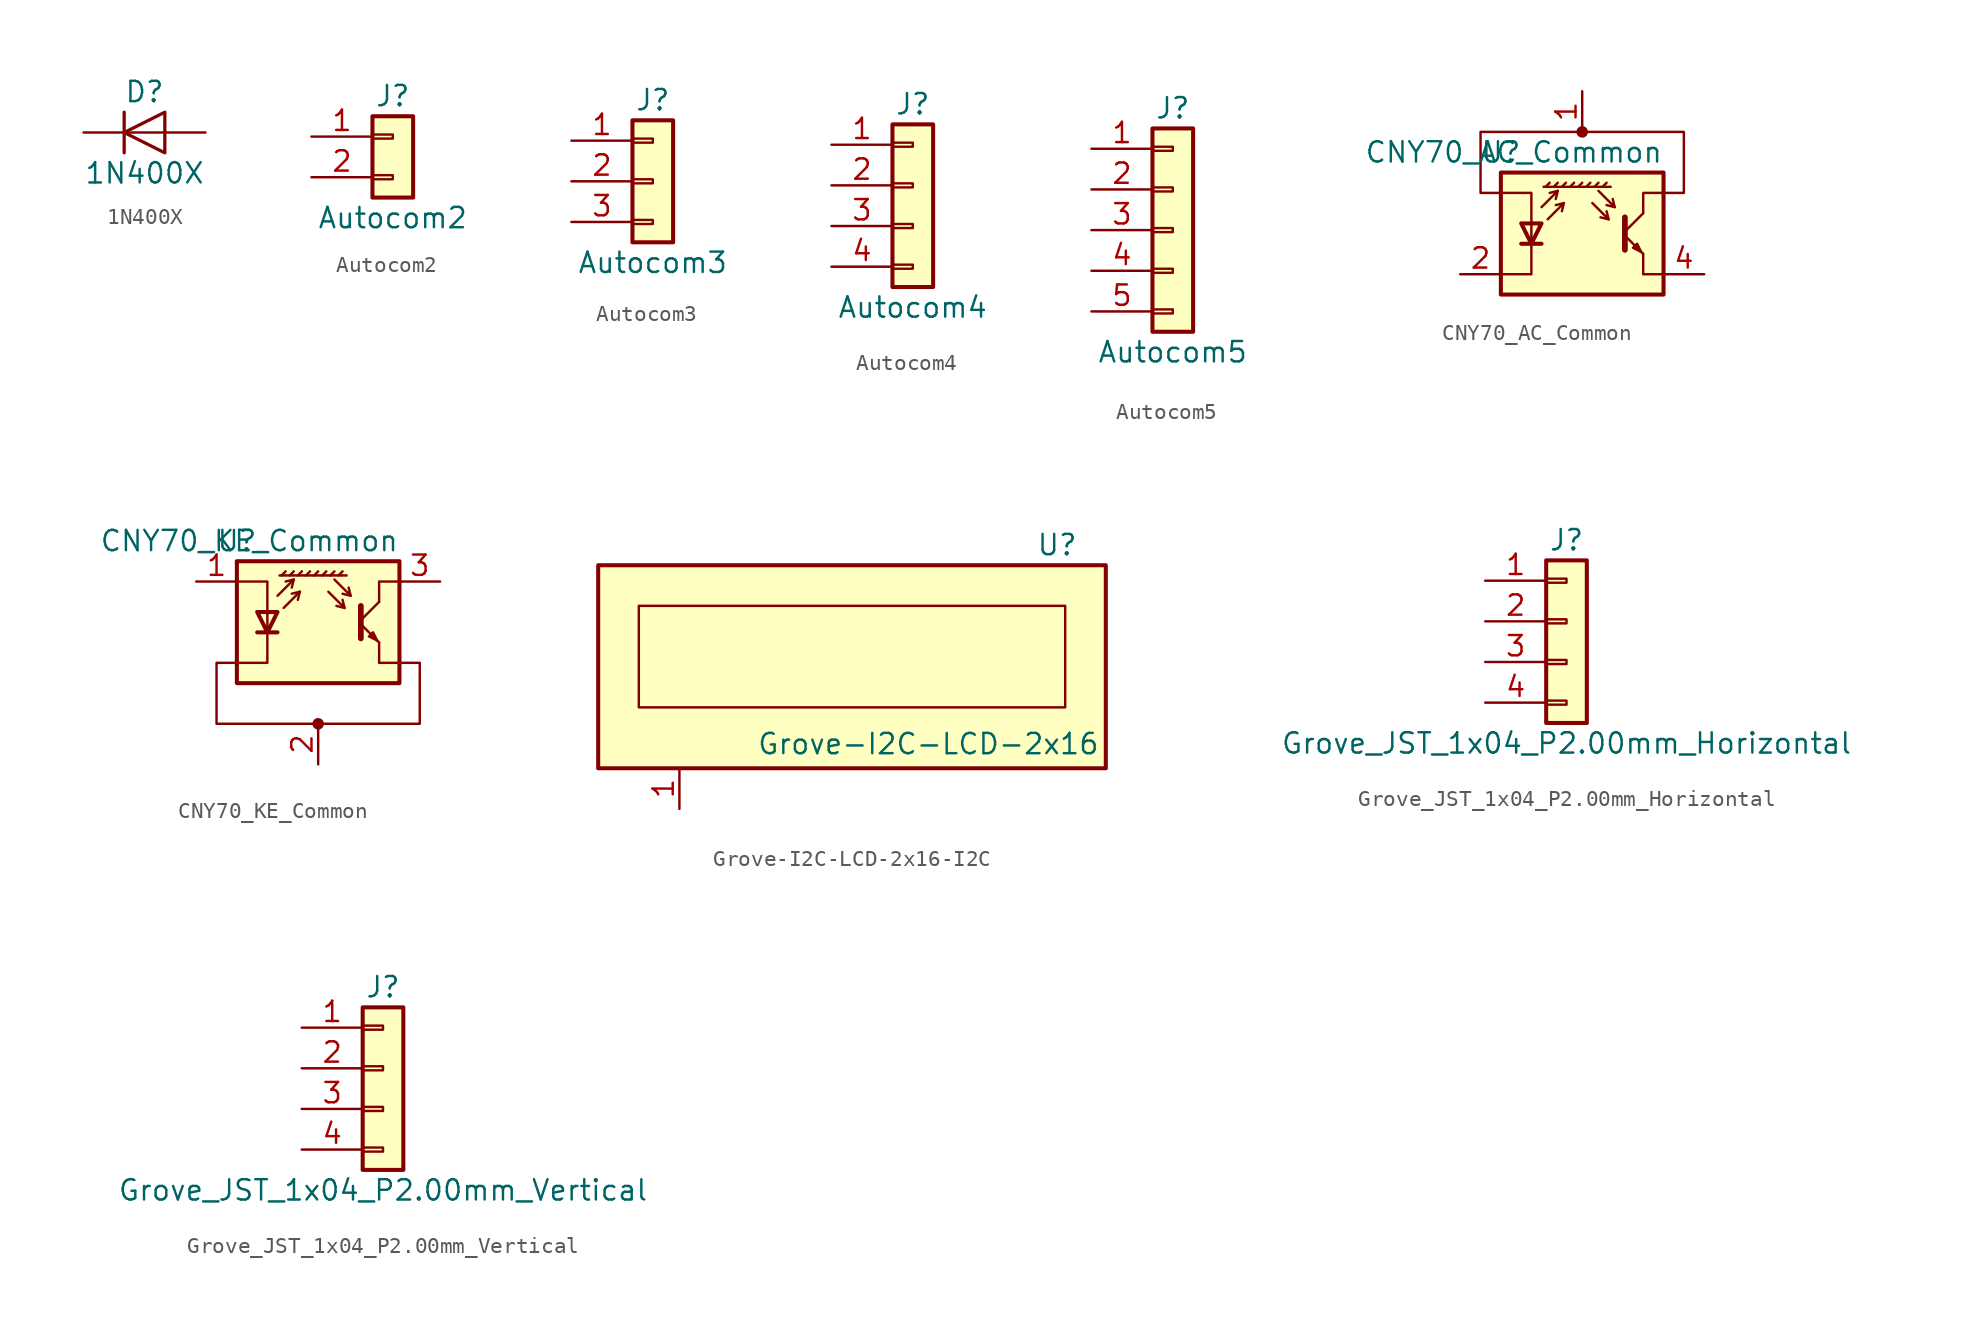
<source format=kicad_sym>
(kicad_symbol_lib
  (version 20231120)
  (generator "kicad_symbol_editor")
  (generator_version "8.0")
  (symbol "1N400X"
    (pin_numbers hide)
    (pin_names
      (offset 1.016) hide)
    (property "Reference" "D"
      (at 0 2.54 0)
      (effects (font (size 1.27 1.27))))
    (property "Value" "1N400X"
      (at 0 -2.54 0)
      (effects (font (size 1.27 1.27))))
    (symbol "1N400X_0_1"
      (polyline (pts (xy -1.27 1.27) (xy -1.27 -1.27)) (stroke (width 0.203) (type default)) (fill (type none)))
      (polyline (pts (xy 1.27 0) (xy -1.27 0)) (stroke (width 0) (type default)) (fill (type none)))
      (polyline (pts (xy 1.27 1.27) (xy 1.27 -1.27) (xy -1.27 0) (xy 1.27 1.27)) (stroke (width 0.203) (type default)) (fill (type none))))
    (symbol "1N400X_1_1"
      (pin passive line (at -3.81 0 0) (length 2.54) (name "K" (effects (font (size 1.27 1.27)))) (number "1" (effects (font (size 1.27 1.27)))))
      (pin passive line (at 3.81 0 180) (length 2.54) (name "A" (effects (font (size 1.27 1.27)))) (number "2" (effects (font (size 1.27 1.27)))))))
  (symbol "Autocom2"
    (pin_names
      (offset 1.016) hide)
    (property "Reference" "J"
      (at 0 2.54 0)
      (effects (font (size 1.27 1.27))))
    (property "Value" "Autocom2"
      (at 0 -5.08 0)
      (effects (font (size 1.27 1.27))))
    (symbol "Autocom2_1_1"
      (rectangle (start -1.27 -2.413) (end 0 -2.667) (stroke (width 0.152) (type default)) (fill (type none)))
      (rectangle (start -1.27 0.127) (end 0 -0.127) (stroke (width 0.152) (type default)) (fill (type none)))
      (rectangle (start -1.27 1.27) (end 1.27 -3.81) (stroke (width 0.254) (type default)) (fill (type background)))
      (pin passive line (at -5.08 0 0) (length 3.81) (name "Pin_1" (effects (font (size 1.27 1.27)))) (number "1" (effects (font (size 1.27 1.27)))))
      (pin passive line (at -5.08 -2.54 0) (length 3.81) (name "Pin_2" (effects (font (size 1.27 1.27)))) (number "2" (effects (font (size 1.27 1.27)))))))
  (symbol "Autocom3"
    (pin_names
      (offset 1.016) hide)
    (property "Reference" "J"
      (at 0 5.08 0)
      (effects (font (size 1.27 1.27))))
    (property "Value" "Autocom3"
      (at 0 -5.08 0)
      (effects (font (size 1.27 1.27))))
    (symbol "Autocom3_1_1"
      (rectangle (start -1.27 -2.413) (end 0 -2.667) (stroke (width 0.152) (type default)) (fill (type none)))
      (rectangle (start -1.27 0.127) (end 0 -0.127) (stroke (width 0.152) (type default)) (fill (type none)))
      (rectangle (start -1.27 2.667) (end 0 2.413) (stroke (width 0.152) (type default)) (fill (type none)))
      (rectangle (start -1.27 3.81) (end 1.27 -3.81) (stroke (width 0.254) (type default)) (fill (type background)))
      (pin passive line (at -5.08 2.54 0) (length 3.81) (name "Pin_1" (effects (font (size 1.27 1.27)))) (number "1" (effects (font (size 1.27 1.27)))))
      (pin passive line (at -5.08 0 0) (length 3.81) (name "Pin_2" (effects (font (size 1.27 1.27)))) (number "2" (effects (font (size 1.27 1.27)))))
      (pin passive line (at -5.08 -2.54 0) (length 3.81) (name "Pin_3" (effects (font (size 1.27 1.27)))) (number "3" (effects (font (size 1.27 1.27)))))))
  (symbol "Autocom4"
    (pin_names
      (offset 1.016) hide)
    (property "Reference" "J"
      (at 0 5.08 0)
      (effects (font (size 1.27 1.27))))
    (property "Value" "Autocom4"
      (at 0 -7.62 0)
      (effects (font (size 1.27 1.27))))
    (symbol "Autocom4_1_1"
      (rectangle (start -1.27 -4.953) (end 0 -5.207) (stroke (width 0.152) (type default)) (fill (type none)))
      (rectangle (start -1.27 -2.413) (end 0 -2.667) (stroke (width 0.152) (type default)) (fill (type none)))
      (rectangle (start -1.27 0.127) (end 0 -0.127) (stroke (width 0.152) (type default)) (fill (type none)))
      (rectangle (start -1.27 2.667) (end 0 2.413) (stroke (width 0.152) (type default)) (fill (type none)))
      (rectangle (start -1.27 3.81) (end 1.27 -6.35) (stroke (width 0.254) (type default)) (fill (type background)))
      (pin passive line (at -5.08 2.54 0) (length 3.81) (name "Pin_1" (effects (font (size 1.27 1.27)))) (number "1" (effects (font (size 1.27 1.27)))))
      (pin passive line (at -5.08 0 0) (length 3.81) (name "Pin_2" (effects (font (size 1.27 1.27)))) (number "2" (effects (font (size 1.27 1.27)))))
      (pin passive line (at -5.08 -2.54 0) (length 3.81) (name "Pin_3" (effects (font (size 1.27 1.27)))) (number "3" (effects (font (size 1.27 1.27)))))
      (pin passive line (at -5.08 -5.08 0) (length 3.81) (name "Pin_4" (effects (font (size 1.27 1.27)))) (number "4" (effects (font (size 1.27 1.27)))))))
  (symbol "Autocom5"
    (pin_names
      (offset 1.016) hide)
    (property "Reference" "J"
      (at 0 7.62 0)
      (effects (font (size 1.27 1.27))))
    (property "Value" "Autocom5"
      (at 0 -7.62 0)
      (effects (font (size 1.27 1.27))))
    (symbol "Autocom5_1_1"
      (rectangle (start -1.27 -4.953) (end 0 -5.207) (stroke (width 0.152) (type default)) (fill (type none)))
      (rectangle (start -1.27 -2.413) (end 0 -2.667) (stroke (width 0.152) (type default)) (fill (type none)))
      (rectangle (start -1.27 0.127) (end 0 -0.127) (stroke (width 0.152) (type default)) (fill (type none)))
      (rectangle (start -1.27 2.667) (end 0 2.413) (stroke (width 0.152) (type default)) (fill (type none)))
      (rectangle (start -1.27 5.207) (end 0 4.953) (stroke (width 0.152) (type default)) (fill (type none)))
      (rectangle (start -1.27 6.35) (end 1.27 -6.35) (stroke (width 0.254) (type default)) (fill (type background)))
      (pin passive line (at -5.08 5.08 0) (length 3.81) (name "Pin_1" (effects (font (size 1.27 1.27)))) (number "1" (effects (font (size 1.27 1.27)))))
      (pin passive line (at -5.08 2.54 0) (length 3.81) (name "Pin_2" (effects (font (size 1.27 1.27)))) (number "2" (effects (font (size 1.27 1.27)))))
      (pin passive line (at -5.08 0 0) (length 3.81) (name "Pin_3" (effects (font (size 1.27 1.27)))) (number "3" (effects (font (size 1.27 1.27)))))
      (pin passive line (at -5.08 -2.54 0) (length 3.81) (name "Pin_4" (effects (font (size 1.27 1.27)))) (number "4" (effects (font (size 1.27 1.27)))))
      (pin passive line (at -5.08 -5.08 0) (length 3.81) (name "Pin_5" (effects (font (size 1.27 1.27)))) (number "5" (effects (font (size 1.27 1.27)))))))
  (symbol "CNY70_AC_Common"
    (pin_names
      (offset 1.016) hide)
    (property "Reference" "U"
      (at -5.08 5.08 0)
      (effects (font (size 1.27 1.27))))
    (property "Value" "CNY70_AC_Common"
      (at 5.08 5.08 0)
      (effects (font (size 1.27 1.27)) (justify right)))
    (symbol "CNY70_AC_Common_0_1"
      (polyline (pts (xy -3.81 -0.635) (xy -2.54 -0.635)) (stroke (width 0.254) (type default)) (fill (type none)))
      (polyline (pts (xy -2.286 2.921) (xy -2.032 3.175)) (stroke (width 0) (type default)) (fill (type none)))
      (polyline (pts (xy -1.778 2.921) (xy -1.524 3.175)) (stroke (width 0) (type default)) (fill (type none)))
      (polyline (pts (xy -1.524 2.667) (xy -1.651 2.159)) (stroke (width 0) (type default)) (fill (type none)))
      (polyline (pts (xy -1.27 2.921) (xy -1.016 3.175)) (stroke (width 0) (type default)) (fill (type none)))
      (polyline (pts (xy -1.143 1.905) (xy -1.27 1.397)) (stroke (width 0) (type default)) (fill (type none)))
      (polyline (pts (xy -0.762 2.921) (xy -0.508 3.175)) (stroke (width 0) (type default)) (fill (type none)))
      (polyline (pts (xy -0.254 2.921) (xy 0 3.175)) (stroke (width 0) (type default)) (fill (type none)))
      (polyline (pts (xy 0.254 2.921) (xy 0.508 3.175)) (stroke (width 0) (type default)) (fill (type none)))
      (polyline (pts (xy 0.762 2.921) (xy 1.016 3.175)) (stroke (width 0) (type default)) (fill (type none)))
      (polyline (pts (xy 1.27 2.921) (xy 1.524 3.175)) (stroke (width 0) (type default)) (fill (type none)))
      (polyline (pts (xy 1.651 0.889) (xy 1.143 1.016)) (stroke (width 0) (type default)) (fill (type none)))
      (polyline (pts (xy 1.778 2.921) (xy -2.413 2.921)) (stroke (width 0) (type default)) (fill (type none)))
      (polyline (pts (xy 2.032 1.651) (xy 1.524 1.778)) (stroke (width 0) (type default)) (fill (type none)))
      (polyline (pts (xy 2.667 -0.127) (xy 3.81 -1.27)) (stroke (width 0) (type default)) (fill (type none)))
      (polyline (pts (xy 2.667 0.127) (xy 3.81 1.27)) (stroke (width 0) (type default)) (fill (type none)))
      (polyline (pts (xy -2.54 1.651) (xy -1.524 2.667) (xy -2.032 2.54)) (stroke (width 0) (type default)) (fill (type none)))
      (polyline (pts (xy -2.159 0.889) (xy -1.143 1.905) (xy -1.651 1.778)) (stroke (width 0) (type default)) (fill (type none)))
      (polyline (pts (xy 0.635 1.905) (xy 1.651 0.889) (xy 1.524 1.397)) (stroke (width 0) (type default)) (fill (type none)))
      (polyline (pts (xy 1.016 2.667) (xy 2.032 1.651) (xy 1.905 2.159)) (stroke (width 0) (type default)) (fill (type none)))
      (polyline (pts (xy 2.667 1.016) (xy 2.667 -1.016) (xy 2.667 -1.016)) (stroke (width 0.356) (type default)) (fill (type none)))
      (polyline (pts (xy 3.81 -1.27) (xy 3.81 -2.54) (xy 5.08 -2.54)) (stroke (width 0) (type default)) (fill (type none)))
      (polyline (pts (xy 3.81 1.27) (xy 3.81 2.54) (xy 5.08 2.54)) (stroke (width 0) (type default)) (fill (type none)))
      (polyline (pts (xy -5.08 -2.54) (xy -3.175 -2.54) (xy -3.175 2.54) (xy -5.08 2.54)) (stroke (width 0) (type default)) (fill (type none)))
      (polyline (pts (xy -3.175 -0.635) (xy -3.81 0.635) (xy -2.54 0.635) (xy -3.175 -0.635)) (stroke (width 0.254) (type default)) (fill (type none)))
      (polyline (pts (xy 3.683 -1.143) (xy 3.429 -0.635) (xy 3.175 -0.889) (xy 3.683 -1.143)) (stroke (width 0) (type default)) (fill (type none)))
      (polyline (pts (xy -5.08 -3.81) (xy 5.08 -3.81) (xy 5.08 3.81) (xy -5.08 3.81) (xy -5.08 -3.81)) (stroke (width 0.254) (type default)) (fill (type background)))
      (polyline (pts (xy -5.08 2.54) (xy -6.35 2.54) (xy -6.35 6.35) (xy 6.35 6.35) (xy 6.35 2.54) (xy 5.08 2.54)) (stroke (width 0) (type default)) (fill (type none)))
      (circle (center 0 6.35) (radius 0.284) (stroke (width 0) (type default)) (fill (type outline))))
    (symbol "CNY70_AC_Common_1_1"
      (pin passive line (at 0 8.89 270) (length 2.54) (name "AC" (effects (font (size 1.27 1.27)))) (number "1" (effects (font (size 1.27 1.27)))))
      (pin passive line (at -7.62 -2.54 0) (length 2.54) (name "K" (effects (font (size 1.27 1.27)))) (number "2" (effects (font (size 1.27 1.27)))))
      (pin open_emitter line (at 7.62 -2.54 180) (length 2.54) (name "E" (effects (font (size 1.27 1.27)))) (number "4" (effects (font (size 1.27 1.27)))))))
  (symbol "CNY70_KE_Common"
    (pin_names
      (offset 1.016) hide)
    (property "Reference" "U"
      (at -5.08 5.08 0)
      (effects (font (size 1.27 1.27))))
    (property "Value" "CNY70_KE_Common"
      (at 5.08 5.08 0)
      (effects (font (size 1.27 1.27)) (justify right)))
    (symbol "CNY70_KE_Common_0_1"
      (circle (center 0 -6.35) (radius 0.284) (stroke (width 0) (type default)) (fill (type outline)))
      (polyline (pts (xy -3.81 -0.635) (xy -2.54 -0.635)) (stroke (width 0.254) (type default)) (fill (type none)))
      (polyline (pts (xy -2.286 2.921) (xy -2.032 3.175)) (stroke (width 0) (type default)) (fill (type none)))
      (polyline (pts (xy -1.778 2.921) (xy -1.524 3.175)) (stroke (width 0) (type default)) (fill (type none)))
      (polyline (pts (xy -1.524 2.667) (xy -1.651 2.159)) (stroke (width 0) (type default)) (fill (type none)))
      (polyline (pts (xy -1.27 2.921) (xy -1.016 3.175)) (stroke (width 0) (type default)) (fill (type none)))
      (polyline (pts (xy -1.143 1.905) (xy -1.27 1.397)) (stroke (width 0) (type default)) (fill (type none)))
      (polyline (pts (xy -0.762 2.921) (xy -0.508 3.175)) (stroke (width 0) (type default)) (fill (type none)))
      (polyline (pts (xy -0.254 2.921) (xy 0 3.175)) (stroke (width 0) (type default)) (fill (type none)))
      (polyline (pts (xy 0.254 2.921) (xy 0.508 3.175)) (stroke (width 0) (type default)) (fill (type none)))
      (polyline (pts (xy 0.762 2.921) (xy 1.016 3.175)) (stroke (width 0) (type default)) (fill (type none)))
      (polyline (pts (xy 1.27 2.921) (xy 1.524 3.175)) (stroke (width 0) (type default)) (fill (type none)))
      (polyline (pts (xy 1.651 0.889) (xy 1.143 1.016)) (stroke (width 0) (type default)) (fill (type none)))
      (polyline (pts (xy 1.778 2.921) (xy -2.413 2.921)) (stroke (width 0) (type default)) (fill (type none)))
      (polyline (pts (xy 2.032 1.651) (xy 1.524 1.778)) (stroke (width 0) (type default)) (fill (type none)))
      (polyline (pts (xy 2.667 -0.127) (xy 3.81 -1.27)) (stroke (width 0) (type default)) (fill (type none)))
      (polyline (pts (xy 2.667 0.127) (xy 3.81 1.27)) (stroke (width 0) (type default)) (fill (type none)))
      (polyline (pts (xy -2.54 1.651) (xy -1.524 2.667) (xy -2.032 2.54)) (stroke (width 0) (type default)) (fill (type none)))
      (polyline (pts (xy -2.159 0.889) (xy -1.143 1.905) (xy -1.651 1.778)) (stroke (width 0) (type default)) (fill (type none)))
      (polyline (pts (xy 0.635 1.905) (xy 1.651 0.889) (xy 1.524 1.397)) (stroke (width 0) (type default)) (fill (type none)))
      (polyline (pts (xy 1.016 2.667) (xy 2.032 1.651) (xy 1.905 2.159)) (stroke (width 0) (type default)) (fill (type none)))
      (polyline (pts (xy 2.667 1.016) (xy 2.667 -1.016) (xy 2.667 -1.016)) (stroke (width 0.356) (type default)) (fill (type none)))
      (polyline (pts (xy 3.81 -1.27) (xy 3.81 -2.54) (xy 5.08 -2.54)) (stroke (width 0) (type default)) (fill (type none)))
      (polyline (pts (xy 3.81 1.27) (xy 3.81 2.54) (xy 5.08 2.54)) (stroke (width 0) (type default)) (fill (type none)))
      (polyline (pts (xy -5.08 -2.54) (xy -3.175 -2.54) (xy -3.175 2.54) (xy -5.08 2.54)) (stroke (width 0) (type default)) (fill (type none)))
      (polyline (pts (xy -3.175 -0.635) (xy -3.81 0.635) (xy -2.54 0.635) (xy -3.175 -0.635)) (stroke (width 0.254) (type default)) (fill (type none)))
      (polyline (pts (xy 3.683 -1.143) (xy 3.429 -0.635) (xy 3.175 -0.889) (xy 3.683 -1.143)) (stroke (width 0) (type default)) (fill (type none)))
      (polyline (pts (xy -5.08 -3.81) (xy 5.08 -3.81) (xy 5.08 3.81) (xy -5.08 3.81) (xy -5.08 -3.81)) (stroke (width 0.254) (type default)) (fill (type background)))
      (polyline (pts (xy 5.08 -2.54) (xy 6.35 -2.54) (xy 6.35 -6.35) (xy -6.35 -6.35) (xy -6.35 -2.54) (xy -5.08 -2.54)) (stroke (width 0) (type default)) (fill (type none))))
    (symbol "CNY70_KE_Common_1_1"
      (pin passive line (at -7.62 2.54 0) (length 2.54) (name "A" (effects (font (size 1.27 1.27)))) (number "1" (effects (font (size 1.27 1.27)))))
      (pin passive line (at 0 -8.89 90) (length 2.54) (name "KE" (effects (font (size 1.27 1.27)))) (number "2" (effects (font (size 1.27 1.27)))))
      (pin open_collector line (at 7.62 2.54 180) (length 2.54) (name "C" (effects (font (size 1.27 1.27)))) (number "3" (effects (font (size 1.27 1.27)))))))
  (symbol "Grove-I2C-LCD-2x16-I2C"
    (property "Reference" "U"
      (at 23.622 8.89 0)
      (effects (font (size 1.27 1.27))))
    (property "Value" "Grove-I2C-LCD-2x16"
      (at 4.826 -3.556 0)
      (effects (font (size 1.27 1.27)) (justify left)))
    (symbol "Grove-I2C-LCD-2x16-I2C_0_1"
      (rectangle (start -5.08 7.62) (end 26.67 -5.08) (stroke (width 0.254) (type default)) (fill (type background)))
      (rectangle (start -2.54 5.08) (end 24.13 -1.27) (stroke (width 0) (type default)) (fill (type none))))
    (symbol "Grove-I2C-LCD-2x16-I2C_1_1"
      (pin power_in line (at 0 -7.62 90) (length 2.54) (name "" (effects (font (size 1.27 1.27)))) (number "1" (effects (font (size 1.27 1.27)))))))
  (symbol "Grove_JST_1x04_P2.00mm_Horizontal"
    (pin_names
      (offset 1.016) hide)
    (property "Reference" "J"
      (at 0 5.08 0)
      (effects (font (size 1.27 1.27))))
    (property "Value" "Grove_JST_1x04_P2.00mm_Horizontal"
      (at 0 -7.62 0)
      (effects (font (size 1.27 1.27))))
    (symbol "Grove_JST_1x04_P2.00mm_Horizontal_1_1"
      (rectangle (start -1.27 -4.953) (end 0 -5.207) (stroke (width 0.152) (type default)) (fill (type none)))
      (rectangle (start -1.27 -2.413) (end 0 -2.667) (stroke (width 0.152) (type default)) (fill (type none)))
      (rectangle (start -1.27 0.127) (end 0 -0.127) (stroke (width 0.152) (type default)) (fill (type none)))
      (rectangle (start -1.27 2.667) (end 0 2.413) (stroke (width 0.152) (type default)) (fill (type none)))
      (rectangle (start -1.27 3.81) (end 1.27 -6.35) (stroke (width 0.254) (type default)) (fill (type background)))
      (pin passive line (at -5.08 2.54 0) (length 3.81) (name "Pin_1" (effects (font (size 1.27 1.27)))) (number "1" (effects (font (size 1.27 1.27)))))
      (pin passive line (at -5.08 0 0) (length 3.81) (name "Pin_2" (effects (font (size 1.27 1.27)))) (number "2" (effects (font (size 1.27 1.27)))))
      (pin passive line (at -5.08 -2.54 0) (length 3.81) (name "Pin_3" (effects (font (size 1.27 1.27)))) (number "3" (effects (font (size 1.27 1.27)))))
      (pin passive line (at -5.08 -5.08 0) (length 3.81) (name "Pin_4" (effects (font (size 1.27 1.27)))) (number "4" (effects (font (size 1.27 1.27)))))))
  (symbol "Grove_JST_1x04_P2.00mm_Vertical"
    (pin_names
      (offset 1.016) hide)
    (property "Reference" "J"
      (at 0 5.08 0)
      (effects (font (size 1.27 1.27))))
    (property "Value" "Grove_JST_1x04_P2.00mm_Vertical"
      (at 0 -7.62 0)
      (effects (font (size 1.27 1.27))))
    (symbol "Grove_JST_1x04_P2.00mm_Vertical_1_1"
      (rectangle (start -1.27 -4.953) (end 0 -5.207) (stroke (width 0.152) (type default)) (fill (type none)))
      (rectangle (start -1.27 -2.413) (end 0 -2.667) (stroke (width 0.152) (type default)) (fill (type none)))
      (rectangle (start -1.27 0.127) (end 0 -0.127) (stroke (width 0.152) (type default)) (fill (type none)))
      (rectangle (start -1.27 2.667) (end 0 2.413) (stroke (width 0.152) (type default)) (fill (type none)))
      (rectangle (start -1.27 3.81) (end 1.27 -6.35) (stroke (width 0.254) (type default)) (fill (type background)))
      (pin passive line (at -5.08 2.54 0) (length 3.81) (name "Pin_1" (effects (font (size 1.27 1.27)))) (number "1" (effects (font (size 1.27 1.27)))))
      (pin passive line (at -5.08 0 0) (length 3.81) (name "Pin_2" (effects (font (size 1.27 1.27)))) (number "2" (effects (font (size 1.27 1.27)))))
      (pin passive line (at -5.08 -2.54 0) (length 3.81) (name "Pin_3" (effects (font (size 1.27 1.27)))) (number "3" (effects (font (size 1.27 1.27)))))
      (pin passive line (at -5.08 -5.08 0) (length 3.81) (name "Pin_4" (effects (font (size 1.27 1.27)))) (number "4" (effects (font (size 1.27 1.27))))))))
</source>
